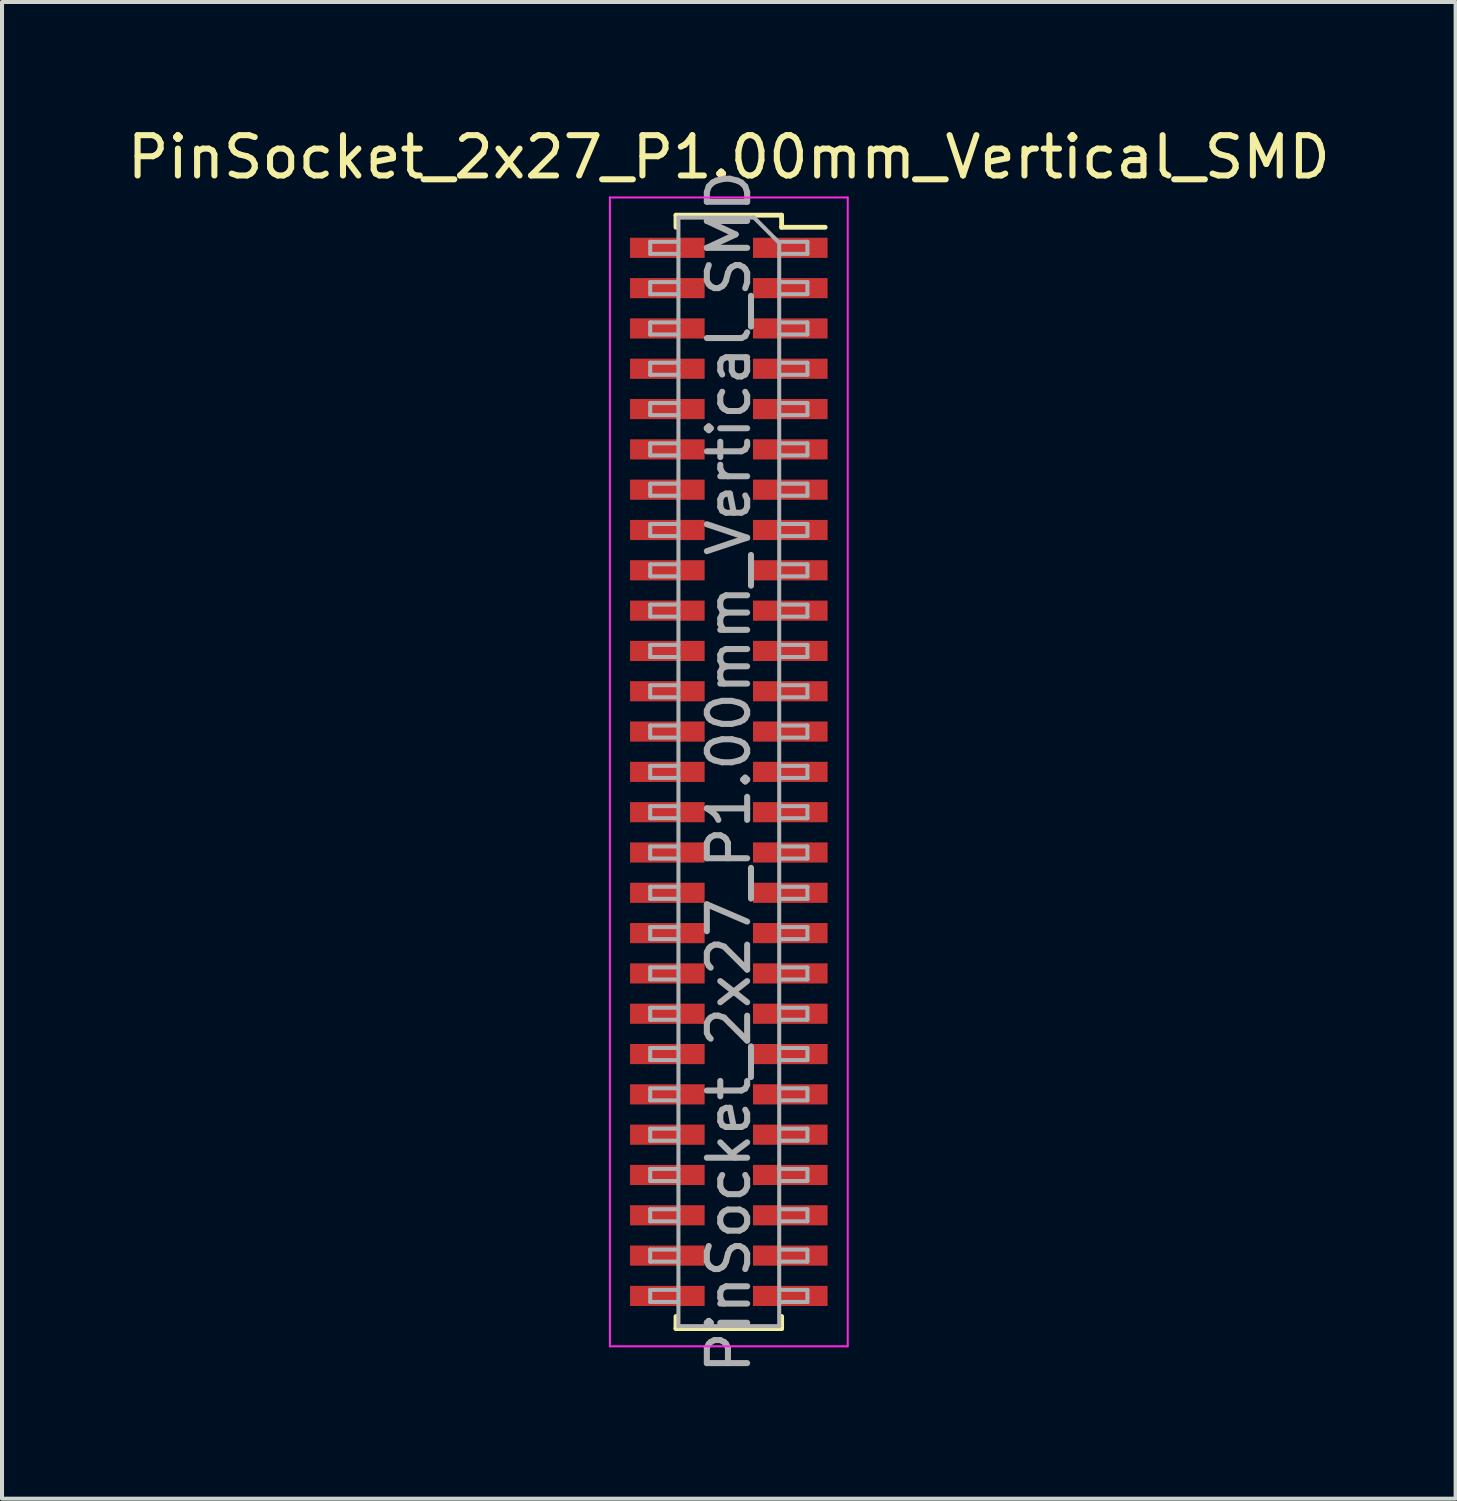
<source format=kicad_pcb>
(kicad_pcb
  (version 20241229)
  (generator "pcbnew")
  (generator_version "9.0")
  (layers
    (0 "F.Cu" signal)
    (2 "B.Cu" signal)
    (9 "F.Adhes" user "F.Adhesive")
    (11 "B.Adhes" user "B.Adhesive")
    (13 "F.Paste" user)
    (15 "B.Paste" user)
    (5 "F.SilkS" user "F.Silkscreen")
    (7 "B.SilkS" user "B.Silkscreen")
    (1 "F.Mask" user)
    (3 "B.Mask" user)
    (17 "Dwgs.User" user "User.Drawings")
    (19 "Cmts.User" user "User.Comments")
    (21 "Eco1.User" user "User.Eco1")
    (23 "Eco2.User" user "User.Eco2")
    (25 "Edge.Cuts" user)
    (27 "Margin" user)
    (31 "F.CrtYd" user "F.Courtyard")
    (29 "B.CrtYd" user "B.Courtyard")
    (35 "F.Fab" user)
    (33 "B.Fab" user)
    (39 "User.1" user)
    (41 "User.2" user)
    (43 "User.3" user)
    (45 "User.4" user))
  (footprint "PinSocket_2x27_P1.00mm_Vertical_SMD"
    (layer "F.Cu")
    (at 15.03 16.098)
    (property "Reference" "PinSocket_2x27_P1.00mm_Vertical_SMD" (at 0 -15.25 0) (layer "F.SilkS") (effects (font (size 1 1) (thickness 0.15))))
    (attr smd)
    (fp_line (start -1.31 -13.81) (end -1.31 -13.51) (stroke (width 0.12) (type solid)) (layer "F.SilkS"))
    (fp_line (start -1.31 -13.81) (end 1.31 -13.81) (stroke (width 0.12) (type solid)) (layer "F.SilkS"))
    (fp_line (start -1.31 13.51) (end -1.31 13.81) (stroke (width 0.12) (type solid)) (layer "F.SilkS"))
    (fp_line (start -1.31 13.81) (end 1.31 13.81) (stroke (width 0.12) (type solid)) (layer "F.SilkS"))
    (fp_line (start 1.31 -13.81) (end 1.31 -13.51) (stroke (width 0.12) (type solid)) (layer "F.SilkS"))
    (fp_line (start 1.31 -13.51) (end 2.39 -13.51) (stroke (width 0.12) (type solid)) (layer "F.SilkS"))
    (fp_line (start 1.31 13.51) (end 1.31 13.81) (stroke (width 0.12) (type solid)) (layer "F.SilkS"))
    (fp_line (start -2.95 -14.25) (end 2.95 -14.25) (stroke (width 0.05) (type solid)) (layer "F.CrtYd"))
    (fp_line (start -2.95 14.25) (end -2.95 -14.25) (stroke (width 0.05) (type solid)) (layer "F.CrtYd"))
    (fp_line (start 2.95 -14.25) (end 2.95 14.25) (stroke (width 0.05) (type solid)) (layer "F.CrtYd"))
    (fp_line (start 2.95 14.25) (end -2.95 14.25) (stroke (width 0.05) (type solid)) (layer "F.CrtYd"))
    (fp_line (start -1.95 -13.15) (end -1.25 -13.15) (stroke (width 0.1) (type solid)) (layer "F.Fab"))
    (fp_line (start -1.95 -12.85) (end -1.95 -13.15) (stroke (width 0.1) (type solid)) (layer "F.Fab"))
    (fp_line (start -1.95 -12.15) (end -1.25 -12.15) (stroke (width 0.1) (type solid)) (layer "F.Fab"))
    (fp_line (start -1.95 -11.85) (end -1.95 -12.15) (stroke (width 0.1) (type solid)) (layer "F.Fab"))
    (fp_line (start -1.95 -11.15) (end -1.25 -11.15) (stroke (width 0.1) (type solid)) (layer "F.Fab"))
    (fp_line (start -1.95 -10.85) (end -1.95 -11.15) (stroke (width 0.1) (type solid)) (layer "F.Fab"))
    (fp_line (start -1.95 -10.15) (end -1.25 -10.15) (stroke (width 0.1) (type solid)) (layer "F.Fab"))
    (fp_line (start -1.95 -9.85) (end -1.95 -10.15) (stroke (width 0.1) (type solid)) (layer "F.Fab"))
    (fp_line (start -1.95 -9.15) (end -1.25 -9.15) (stroke (width 0.1) (type solid)) (layer "F.Fab"))
    (fp_line (start -1.95 -8.85) (end -1.95 -9.15) (stroke (width 0.1) (type solid)) (layer "F.Fab"))
    (fp_line (start -1.95 -8.15) (end -1.25 -8.15) (stroke (width 0.1) (type solid)) (layer "F.Fab"))
    (fp_line (start -1.95 -7.85) (end -1.95 -8.15) (stroke (width 0.1) (type solid)) (layer "F.Fab"))
    (fp_line (start -1.95 -7.15) (end -1.25 -7.15) (stroke (width 0.1) (type solid)) (layer "F.Fab"))
    (fp_line (start -1.95 -6.85) (end -1.95 -7.15) (stroke (width 0.1) (type solid)) (layer "F.Fab"))
    (fp_line (start -1.95 -6.15) (end -1.25 -6.15) (stroke (width 0.1) (type solid)) (layer "F.Fab"))
    (fp_line (start -1.95 -5.85) (end -1.95 -6.15) (stroke (width 0.1) (type solid)) (layer "F.Fab"))
    (fp_line (start -1.95 -5.15) (end -1.25 -5.15) (stroke (width 0.1) (type solid)) (layer "F.Fab"))
    (fp_line (start -1.95 -4.85) (end -1.95 -5.15) (stroke (width 0.1) (type solid)) (layer "F.Fab"))
    (fp_line (start -1.95 -4.15) (end -1.25 -4.15) (stroke (width 0.1) (type solid)) (layer "F.Fab"))
    (fp_line (start -1.95 -3.85) (end -1.95 -4.15) (stroke (width 0.1) (type solid)) (layer "F.Fab"))
    (fp_line (start -1.95 -3.15) (end -1.25 -3.15) (stroke (width 0.1) (type solid)) (layer "F.Fab"))
    (fp_line (start -1.95 -2.85) (end -1.95 -3.15) (stroke (width 0.1) (type solid)) (layer "F.Fab"))
    (fp_line (start -1.95 -2.15) (end -1.25 -2.15) (stroke (width 0.1) (type solid)) (layer "F.Fab"))
    (fp_line (start -1.95 -1.85) (end -1.95 -2.15) (stroke (width 0.1) (type solid)) (layer "F.Fab"))
    (fp_line (start -1.95 -1.15) (end -1.25 -1.15) (stroke (width 0.1) (type solid)) (layer "F.Fab"))
    (fp_line (start -1.95 -0.85) (end -1.95 -1.15) (stroke (width 0.1) (type solid)) (layer "F.Fab"))
    (fp_line (start -1.95 -0.15) (end -1.25 -0.15) (stroke (width 0.1) (type solid)) (layer "F.Fab"))
    (fp_line (start -1.95 0.15) (end -1.95 -0.15) (stroke (width 0.1) (type solid)) (layer "F.Fab"))
    (fp_line (start -1.95 0.85) (end -1.25 0.85) (stroke (width 0.1) (type solid)) (layer "F.Fab"))
    (fp_line (start -1.95 1.15) (end -1.95 0.85) (stroke (width 0.1) (type solid)) (layer "F.Fab"))
    (fp_line (start -1.95 1.85) (end -1.25 1.85) (stroke (width 0.1) (type solid)) (layer "F.Fab"))
    (fp_line (start -1.95 2.15) (end -1.95 1.85) (stroke (width 0.1) (type solid)) (layer "F.Fab"))
    (fp_line (start -1.95 2.85) (end -1.25 2.85) (stroke (width 0.1) (type solid)) (layer "F.Fab"))
    (fp_line (start -1.95 3.15) (end -1.95 2.85) (stroke (width 0.1) (type solid)) (layer "F.Fab"))
    (fp_line (start -1.95 3.85) (end -1.25 3.85) (stroke (width 0.1) (type solid)) (layer "F.Fab"))
    (fp_line (start -1.95 4.15) (end -1.95 3.85) (stroke (width 0.1) (type solid)) (layer "F.Fab"))
    (fp_line (start -1.95 4.85) (end -1.25 4.85) (stroke (width 0.1) (type solid)) (layer "F.Fab"))
    (fp_line (start -1.95 5.15) (end -1.95 4.85) (stroke (width 0.1) (type solid)) (layer "F.Fab"))
    (fp_line (start -1.95 5.85) (end -1.25 5.85) (stroke (width 0.1) (type solid)) (layer "F.Fab"))
    (fp_line (start -1.95 6.15) (end -1.95 5.85) (stroke (width 0.1) (type solid)) (layer "F.Fab"))
    (fp_line (start -1.95 6.85) (end -1.25 6.85) (stroke (width 0.1) (type solid)) (layer "F.Fab"))
    (fp_line (start -1.95 7.15) (end -1.95 6.85) (stroke (width 0.1) (type solid)) (layer "F.Fab"))
    (fp_line (start -1.95 7.85) (end -1.25 7.85) (stroke (width 0.1) (type solid)) (layer "F.Fab"))
    (fp_line (start -1.95 8.15) (end -1.95 7.85) (stroke (width 0.1) (type solid)) (layer "F.Fab"))
    (fp_line (start -1.95 8.85) (end -1.25 8.85) (stroke (width 0.1) (type solid)) (layer "F.Fab"))
    (fp_line (start -1.95 9.15) (end -1.95 8.85) (stroke (width 0.1) (type solid)) (layer "F.Fab"))
    (fp_line (start -1.95 9.85) (end -1.25 9.85) (stroke (width 0.1) (type solid)) (layer "F.Fab"))
    (fp_line (start -1.95 10.15) (end -1.95 9.85) (stroke (width 0.1) (type solid)) (layer "F.Fab"))
    (fp_line (start -1.95 10.85) (end -1.25 10.85) (stroke (width 0.1) (type solid)) (layer "F.Fab"))
    (fp_line (start -1.95 11.15) (end -1.95 10.85) (stroke (width 0.1) (type solid)) (layer "F.Fab"))
    (fp_line (start -1.95 11.85) (end -1.25 11.85) (stroke (width 0.1) (type solid)) (layer "F.Fab"))
    (fp_line (start -1.95 12.15) (end -1.95 11.85) (stroke (width 0.1) (type solid)) (layer "F.Fab"))
    (fp_line (start -1.95 12.85) (end -1.25 12.85) (stroke (width 0.1) (type solid)) (layer "F.Fab"))
    (fp_line (start -1.95 13.15) (end -1.95 12.85) (stroke (width 0.1) (type solid)) (layer "F.Fab"))
    (fp_line (start -1.25 -13.75) (end 0.625 -13.75) (stroke (width 0.1) (type solid)) (layer "F.Fab"))
    (fp_line (start -1.25 -12.85) (end -1.95 -12.85) (stroke (width 0.1) (type solid)) (layer "F.Fab"))
    (fp_line (start -1.25 -11.85) (end -1.95 -11.85) (stroke (width 0.1) (type solid)) (layer "F.Fab"))
    (fp_line (start -1.25 -10.85) (end -1.95 -10.85) (stroke (width 0.1) (type solid)) (layer "F.Fab"))
    (fp_line (start -1.25 -9.85) (end -1.95 -9.85) (stroke (width 0.1) (type solid)) (layer "F.Fab"))
    (fp_line (start -1.25 -8.85) (end -1.95 -8.85) (stroke (width 0.1) (type solid)) (layer "F.Fab"))
    (fp_line (start -1.25 -7.85) (end -1.95 -7.85) (stroke (width 0.1) (type solid)) (layer "F.Fab"))
    (fp_line (start -1.25 -6.85) (end -1.95 -6.85) (stroke (width 0.1) (type solid)) (layer "F.Fab"))
    (fp_line (start -1.25 -5.85) (end -1.95 -5.85) (stroke (width 0.1) (type solid)) (layer "F.Fab"))
    (fp_line (start -1.25 -4.85) (end -1.95 -4.85) (stroke (width 0.1) (type solid)) (layer "F.Fab"))
    (fp_line (start -1.25 -3.85) (end -1.95 -3.85) (stroke (width 0.1) (type solid)) (layer "F.Fab"))
    (fp_line (start -1.25 -2.85) (end -1.95 -2.85) (stroke (width 0.1) (type solid)) (layer "F.Fab"))
    (fp_line (start -1.25 -1.85) (end -1.95 -1.85) (stroke (width 0.1) (type solid)) (layer "F.Fab"))
    (fp_line (start -1.25 -0.85) (end -1.95 -0.85) (stroke (width 0.1) (type solid)) (layer "F.Fab"))
    (fp_line (start -1.25 0.15) (end -1.95 0.15) (stroke (width 0.1) (type solid)) (layer "F.Fab"))
    (fp_line (start -1.25 1.15) (end -1.95 1.15) (stroke (width 0.1) (type solid)) (layer "F.Fab"))
    (fp_line (start -1.25 2.15) (end -1.95 2.15) (stroke (width 0.1) (type solid)) (layer "F.Fab"))
    (fp_line (start -1.25 3.15) (end -1.95 3.15) (stroke (width 0.1) (type solid)) (layer "F.Fab"))
    (fp_line (start -1.25 4.15) (end -1.95 4.15) (stroke (width 0.1) (type solid)) (layer "F.Fab"))
    (fp_line (start -1.25 5.15) (end -1.95 5.15) (stroke (width 0.1) (type solid)) (layer "F.Fab"))
    (fp_line (start -1.25 6.15) (end -1.95 6.15) (stroke (width 0.1) (type solid)) (layer "F.Fab"))
    (fp_line (start -1.25 7.15) (end -1.95 7.15) (stroke (width 0.1) (type solid)) (layer "F.Fab"))
    (fp_line (start -1.25 8.15) (end -1.95 8.15) (stroke (width 0.1) (type solid)) (layer "F.Fab"))
    (fp_line (start -1.25 9.15) (end -1.95 9.15) (stroke (width 0.1) (type solid)) (layer "F.Fab"))
    (fp_line (start -1.25 10.15) (end -1.95 10.15) (stroke (width 0.1) (type solid)) (layer "F.Fab"))
    (fp_line (start -1.25 11.15) (end -1.95 11.15) (stroke (width 0.1) (type solid)) (layer "F.Fab"))
    (fp_line (start -1.25 12.15) (end -1.95 12.15) (stroke (width 0.1) (type solid)) (layer "F.Fab"))
    (fp_line (start -1.25 13.15) (end -1.95 13.15) (stroke (width 0.1) (type solid)) (layer "F.Fab"))
    (fp_line (start -1.25 13.75) (end -1.25 -13.75) (stroke (width 0.1) (type solid)) (layer "F.Fab"))
    (fp_line (start 0.625 -13.75) (end 1.25 -13.125) (stroke (width 0.1) (type solid)) (layer "F.Fab"))
    (fp_line (start 1.25 -13.15) (end 1.95 -13.15) (stroke (width 0.1) (type solid)) (layer "F.Fab"))
    (fp_line (start 1.25 -13.125) (end 1.25 13.75) (stroke (width 0.1) (type solid)) (layer "F.Fab"))
    (fp_line (start 1.25 -12.15) (end 1.95 -12.15) (stroke (width 0.1) (type solid)) (layer "F.Fab"))
    (fp_line (start 1.25 -11.15) (end 1.95 -11.15) (stroke (width 0.1) (type solid)) (layer "F.Fab"))
    (fp_line (start 1.25 -10.15) (end 1.95 -10.15) (stroke (width 0.1) (type solid)) (layer "F.Fab"))
    (fp_line (start 1.25 -9.15) (end 1.95 -9.15) (stroke (width 0.1) (type solid)) (layer "F.Fab"))
    (fp_line (start 1.25 -8.15) (end 1.95 -8.15) (stroke (width 0.1) (type solid)) (layer "F.Fab"))
    (fp_line (start 1.25 -7.15) (end 1.95 -7.15) (stroke (width 0.1) (type solid)) (layer "F.Fab"))
    (fp_line (start 1.25 -6.15) (end 1.95 -6.15) (stroke (width 0.1) (type solid)) (layer "F.Fab"))
    (fp_line (start 1.25 -5.15) (end 1.95 -5.15) (stroke (width 0.1) (type solid)) (layer "F.Fab"))
    (fp_line (start 1.25 -4.15) (end 1.95 -4.15) (stroke (width 0.1) (type solid)) (layer "F.Fab"))
    (fp_line (start 1.25 -3.15) (end 1.95 -3.15) (stroke (width 0.1) (type solid)) (layer "F.Fab"))
    (fp_line (start 1.25 -2.15) (end 1.95 -2.15) (stroke (width 0.1) (type solid)) (layer "F.Fab"))
    (fp_line (start 1.25 -1.15) (end 1.95 -1.15) (stroke (width 0.1) (type solid)) (layer "F.Fab"))
    (fp_line (start 1.25 -0.15) (end 1.95 -0.15) (stroke (width 0.1) (type solid)) (layer "F.Fab"))
    (fp_line (start 1.25 0.85) (end 1.95 0.85) (stroke (width 0.1) (type solid)) (layer "F.Fab"))
    (fp_line (start 1.25 1.85) (end 1.95 1.85) (stroke (width 0.1) (type solid)) (layer "F.Fab"))
    (fp_line (start 1.25 2.85) (end 1.95 2.85) (stroke (width 0.1) (type solid)) (layer "F.Fab"))
    (fp_line (start 1.25 3.85) (end 1.95 3.85) (stroke (width 0.1) (type solid)) (layer "F.Fab"))
    (fp_line (start 1.25 4.85) (end 1.95 4.85) (stroke (width 0.1) (type solid)) (layer "F.Fab"))
    (fp_line (start 1.25 5.85) (end 1.95 5.85) (stroke (width 0.1) (type solid)) (layer "F.Fab"))
    (fp_line (start 1.25 6.85) (end 1.95 6.85) (stroke (width 0.1) (type solid)) (layer "F.Fab"))
    (fp_line (start 1.25 7.85) (end 1.95 7.85) (stroke (width 0.1) (type solid)) (layer "F.Fab"))
    (fp_line (start 1.25 8.85) (end 1.95 8.85) (stroke (width 0.1) (type solid)) (layer "F.Fab"))
    (fp_line (start 1.25 9.85) (end 1.95 9.85) (stroke (width 0.1) (type solid)) (layer "F.Fab"))
    (fp_line (start 1.25 10.85) (end 1.95 10.85) (stroke (width 0.1) (type solid)) (layer "F.Fab"))
    (fp_line (start 1.25 11.85) (end 1.95 11.85) (stroke (width 0.1) (type solid)) (layer "F.Fab"))
    (fp_line (start 1.25 12.85) (end 1.95 12.85) (stroke (width 0.1) (type solid)) (layer "F.Fab"))
    (fp_line (start 1.25 13.75) (end -1.25 13.75) (stroke (width 0.1) (type solid)) (layer "F.Fab"))
    (fp_line (start 1.95 -13.15) (end 1.95 -12.85) (stroke (width 0.1) (type solid)) (layer "F.Fab"))
    (fp_line (start 1.95 -12.85) (end 1.25 -12.85) (stroke (width 0.1) (type solid)) (layer "F.Fab"))
    (fp_line (start 1.95 -12.15) (end 1.95 -11.85) (stroke (width 0.1) (type solid)) (layer "F.Fab"))
    (fp_line (start 1.95 -11.85) (end 1.25 -11.85) (stroke (width 0.1) (type solid)) (layer "F.Fab"))
    (fp_line (start 1.95 -11.15) (end 1.95 -10.85) (stroke (width 0.1) (type solid)) (layer "F.Fab"))
    (fp_line (start 1.95 -10.85) (end 1.25 -10.85) (stroke (width 0.1) (type solid)) (layer "F.Fab"))
    (fp_line (start 1.95 -10.15) (end 1.95 -9.85) (stroke (width 0.1) (type solid)) (layer "F.Fab"))
    (fp_line (start 1.95 -9.85) (end 1.25 -9.85) (stroke (width 0.1) (type solid)) (layer "F.Fab"))
    (fp_line (start 1.95 -9.15) (end 1.95 -8.85) (stroke (width 0.1) (type solid)) (layer "F.Fab"))
    (fp_line (start 1.95 -8.85) (end 1.25 -8.85) (stroke (width 0.1) (type solid)) (layer "F.Fab"))
    (fp_line (start 1.95 -8.15) (end 1.95 -7.85) (stroke (width 0.1) (type solid)) (layer "F.Fab"))
    (fp_line (start 1.95 -7.85) (end 1.25 -7.85) (stroke (width 0.1) (type solid)) (layer "F.Fab"))
    (fp_line (start 1.95 -7.15) (end 1.95 -6.85) (stroke (width 0.1) (type solid)) (layer "F.Fab"))
    (fp_line (start 1.95 -6.85) (end 1.25 -6.85) (stroke (width 0.1) (type solid)) (layer "F.Fab"))
    (fp_line (start 1.95 -6.15) (end 1.95 -5.85) (stroke (width 0.1) (type solid)) (layer "F.Fab"))
    (fp_line (start 1.95 -5.85) (end 1.25 -5.85) (stroke (width 0.1) (type solid)) (layer "F.Fab"))
    (fp_line (start 1.95 -5.15) (end 1.95 -4.85) (stroke (width 0.1) (type solid)) (layer "F.Fab"))
    (fp_line (start 1.95 -4.85) (end 1.25 -4.85) (stroke (width 0.1) (type solid)) (layer "F.Fab"))
    (fp_line (start 1.95 -4.15) (end 1.95 -3.85) (stroke (width 0.1) (type solid)) (layer "F.Fab"))
    (fp_line (start 1.95 -3.85) (end 1.25 -3.85) (stroke (width 0.1) (type solid)) (layer "F.Fab"))
    (fp_line (start 1.95 -3.15) (end 1.95 -2.85) (stroke (width 0.1) (type solid)) (layer "F.Fab"))
    (fp_line (start 1.95 -2.85) (end 1.25 -2.85) (stroke (width 0.1) (type solid)) (layer "F.Fab"))
    (fp_line (start 1.95 -2.15) (end 1.95 -1.85) (stroke (width 0.1) (type solid)) (layer "F.Fab"))
    (fp_line (start 1.95 -1.85) (end 1.25 -1.85) (stroke (width 0.1) (type solid)) (layer "F.Fab"))
    (fp_line (start 1.95 -1.15) (end 1.95 -0.85) (stroke (width 0.1) (type solid)) (layer "F.Fab"))
    (fp_line (start 1.95 -0.85) (end 1.25 -0.85) (stroke (width 0.1) (type solid)) (layer "F.Fab"))
    (fp_line (start 1.95 -0.15) (end 1.95 0.15) (stroke (width 0.1) (type solid)) (layer "F.Fab"))
    (fp_line (start 1.95 0.15) (end 1.25 0.15) (stroke (width 0.1) (type solid)) (layer "F.Fab"))
    (fp_line (start 1.95 0.85) (end 1.95 1.15) (stroke (width 0.1) (type solid)) (layer "F.Fab"))
    (fp_line (start 1.95 1.15) (end 1.25 1.15) (stroke (width 0.1) (type solid)) (layer "F.Fab"))
    (fp_line (start 1.95 1.85) (end 1.95 2.15) (stroke (width 0.1) (type solid)) (layer "F.Fab"))
    (fp_line (start 1.95 2.15) (end 1.25 2.15) (stroke (width 0.1) (type solid)) (layer "F.Fab"))
    (fp_line (start 1.95 2.85) (end 1.95 3.15) (stroke (width 0.1) (type solid)) (layer "F.Fab"))
    (fp_line (start 1.95 3.15) (end 1.25 3.15) (stroke (width 0.1) (type solid)) (layer "F.Fab"))
    (fp_line (start 1.95 3.85) (end 1.95 4.15) (stroke (width 0.1) (type solid)) (layer "F.Fab"))
    (fp_line (start 1.95 4.15) (end 1.25 4.15) (stroke (width 0.1) (type solid)) (layer "F.Fab"))
    (fp_line (start 1.95 4.85) (end 1.95 5.15) (stroke (width 0.1) (type solid)) (layer "F.Fab"))
    (fp_line (start 1.95 5.15) (end 1.25 5.15) (stroke (width 0.1) (type solid)) (layer "F.Fab"))
    (fp_line (start 1.95 5.85) (end 1.95 6.15) (stroke (width 0.1) (type solid)) (layer "F.Fab"))
    (fp_line (start 1.95 6.15) (end 1.25 6.15) (stroke (width 0.1) (type solid)) (layer "F.Fab"))
    (fp_line (start 1.95 6.85) (end 1.95 7.15) (stroke (width 0.1) (type solid)) (layer "F.Fab"))
    (fp_line (start 1.95 7.15) (end 1.25 7.15) (stroke (width 0.1) (type solid)) (layer "F.Fab"))
    (fp_line (start 1.95 7.85) (end 1.95 8.15) (stroke (width 0.1) (type solid)) (layer "F.Fab"))
    (fp_line (start 1.95 8.15) (end 1.25 8.15) (stroke (width 0.1) (type solid)) (layer "F.Fab"))
    (fp_line (start 1.95 8.85) (end 1.95 9.15) (stroke (width 0.1) (type solid)) (layer "F.Fab"))
    (fp_line (start 1.95 9.15) (end 1.25 9.15) (stroke (width 0.1) (type solid)) (layer "F.Fab"))
    (fp_line (start 1.95 9.85) (end 1.95 10.15) (stroke (width 0.1) (type solid)) (layer "F.Fab"))
    (fp_line (start 1.95 10.15) (end 1.25 10.15) (stroke (width 0.1) (type solid)) (layer "F.Fab"))
    (fp_line (start 1.95 10.85) (end 1.95 11.15) (stroke (width 0.1) (type solid)) (layer "F.Fab"))
    (fp_line (start 1.95 11.15) (end 1.25 11.15) (stroke (width 0.1) (type solid)) (layer "F.Fab"))
    (fp_line (start 1.95 11.85) (end 1.95 12.15) (stroke (width 0.1) (type solid)) (layer "F.Fab"))
    (fp_line (start 1.95 12.15) (end 1.25 12.15) (stroke (width 0.1) (type solid)) (layer "F.Fab"))
    (fp_line (start 1.95 12.85) (end 1.95 13.15) (stroke (width 0.1) (type solid)) (layer "F.Fab"))
    (fp_line (start 1.95 13.15) (end 1.25 13.15) (stroke (width 0.1) (type solid)) (layer "F.Fab"))
    (fp_text user "${REFERENCE}" (at 0 0 90) (layer "F.Fab") (effects (font (size 1 1) (thickness 0.15))))
    (pad "1" smd rect (at 1.525 -13) (size 1.85 0.5) (layers "F.Cu" "F.Mask" "F.Paste"))
    (pad "2" smd rect (at -1.525 -13) (size 1.85 0.5) (layers "F.Cu" "F.Mask" "F.Paste"))
    (pad "3" smd rect (at 1.525 -12) (size 1.85 0.5) (layers "F.Cu" "F.Mask" "F.Paste"))
    (pad "4" smd rect (at -1.525 -12) (size 1.85 0.5) (layers "F.Cu" "F.Mask" "F.Paste"))
    (pad "5" smd rect (at 1.525 -11) (size 1.85 0.5) (layers "F.Cu" "F.Mask" "F.Paste"))
    (pad "6" smd rect (at -1.525 -11) (size 1.85 0.5) (layers "F.Cu" "F.Mask" "F.Paste"))
    (pad "7" smd rect (at 1.525 -10) (size 1.85 0.5) (layers "F.Cu" "F.Mask" "F.Paste"))
    (pad "8" smd rect (at -1.525 -10) (size 1.85 0.5) (layers "F.Cu" "F.Mask" "F.Paste"))
    (pad "9" smd rect (at 1.525 -9) (size 1.85 0.5) (layers "F.Cu" "F.Mask" "F.Paste"))
    (pad "10" smd rect (at -1.525 -9) (size 1.85 0.5) (layers "F.Cu" "F.Mask" "F.Paste"))
    (pad "11" smd rect (at 1.525 -8) (size 1.85 0.5) (layers "F.Cu" "F.Mask" "F.Paste"))
    (pad "12" smd rect (at -1.525 -8) (size 1.85 0.5) (layers "F.Cu" "F.Mask" "F.Paste"))
    (pad "13" smd rect (at 1.525 -7) (size 1.85 0.5) (layers "F.Cu" "F.Mask" "F.Paste"))
    (pad "14" smd rect (at -1.525 -7) (size 1.85 0.5) (layers "F.Cu" "F.Mask" "F.Paste"))
    (pad "15" smd rect (at 1.525 -6) (size 1.85 0.5) (layers "F.Cu" "F.Mask" "F.Paste"))
    (pad "16" smd rect (at -1.525 -6) (size 1.85 0.5) (layers "F.Cu" "F.Mask" "F.Paste"))
    (pad "17" smd rect (at 1.525 -5) (size 1.85 0.5) (layers "F.Cu" "F.Mask" "F.Paste"))
    (pad "18" smd rect (at -1.525 -5) (size 1.85 0.5) (layers "F.Cu" "F.Mask" "F.Paste"))
    (pad "19" smd rect (at 1.525 -4) (size 1.85 0.5) (layers "F.Cu" "F.Mask" "F.Paste"))
    (pad "20" smd rect (at -1.525 -4) (size 1.85 0.5) (layers "F.Cu" "F.Mask" "F.Paste"))
    (pad "21" smd rect (at 1.525 -3) (size 1.85 0.5) (layers "F.Cu" "F.Mask" "F.Paste"))
    (pad "22" smd rect (at -1.525 -3) (size 1.85 0.5) (layers "F.Cu" "F.Mask" "F.Paste"))
    (pad "23" smd rect (at 1.525 -2) (size 1.85 0.5) (layers "F.Cu" "F.Mask" "F.Paste"))
    (pad "24" smd rect (at -1.525 -2) (size 1.85 0.5) (layers "F.Cu" "F.Mask" "F.Paste"))
    (pad "25" smd rect (at 1.525 -1) (size 1.85 0.5) (layers "F.Cu" "F.Mask" "F.Paste"))
    (pad "26" smd rect (at -1.525 -1) (size 1.85 0.5) (layers "F.Cu" "F.Mask" "F.Paste"))
    (pad "27" smd rect (at 1.525 0) (size 1.85 0.5) (layers "F.Cu" "F.Mask" "F.Paste"))
    (pad "28" smd rect (at -1.525 0) (size 1.85 0.5) (layers "F.Cu" "F.Mask" "F.Paste"))
    (pad "29" smd rect (at 1.525 1) (size 1.85 0.5) (layers "F.Cu" "F.Mask" "F.Paste"))
    (pad "30" smd rect (at -1.525 1) (size 1.85 0.5) (layers "F.Cu" "F.Mask" "F.Paste"))
    (pad "31" smd rect (at 1.525 2) (size 1.85 0.5) (layers "F.Cu" "F.Mask" "F.Paste"))
    (pad "32" smd rect (at -1.525 2) (size 1.85 0.5) (layers "F.Cu" "F.Mask" "F.Paste"))
    (pad "33" smd rect (at 1.525 3) (size 1.85 0.5) (layers "F.Cu" "F.Mask" "F.Paste"))
    (pad "34" smd rect (at -1.525 3) (size 1.85 0.5) (layers "F.Cu" "F.Mask" "F.Paste"))
    (pad "35" smd rect (at 1.525 4) (size 1.85 0.5) (layers "F.Cu" "F.Mask" "F.Paste"))
    (pad "36" smd rect (at -1.525 4) (size 1.85 0.5) (layers "F.Cu" "F.Mask" "F.Paste"))
    (pad "37" smd rect (at 1.525 5) (size 1.85 0.5) (layers "F.Cu" "F.Mask" "F.Paste"))
    (pad "38" smd rect (at -1.525 5) (size 1.85 0.5) (layers "F.Cu" "F.Mask" "F.Paste"))
    (pad "39" smd rect (at 1.525 6) (size 1.85 0.5) (layers "F.Cu" "F.Mask" "F.Paste"))
    (pad "40" smd rect (at -1.525 6) (size 1.85 0.5) (layers "F.Cu" "F.Mask" "F.Paste"))
    (pad "41" smd rect (at 1.525 7) (size 1.85 0.5) (layers "F.Cu" "F.Mask" "F.Paste"))
    (pad "42" smd rect (at -1.525 7) (size 1.85 0.5) (layers "F.Cu" "F.Mask" "F.Paste"))
    (pad "43" smd rect (at 1.525 8) (size 1.85 0.5) (layers "F.Cu" "F.Mask" "F.Paste"))
    (pad "44" smd rect (at -1.525 8) (size 1.85 0.5) (layers "F.Cu" "F.Mask" "F.Paste"))
    (pad "45" smd rect (at 1.525 9) (size 1.85 0.5) (layers "F.Cu" "F.Mask" "F.Paste"))
    (pad "46" smd rect (at -1.525 9) (size 1.85 0.5) (layers "F.Cu" "F.Mask" "F.Paste"))
    (pad "47" smd rect (at 1.525 10) (size 1.85 0.5) (layers "F.Cu" "F.Mask" "F.Paste"))
    (pad "48" smd rect (at -1.525 10) (size 1.85 0.5) (layers "F.Cu" "F.Mask" "F.Paste"))
    (pad "49" smd rect (at 1.525 11) (size 1.85 0.5) (layers "F.Cu" "F.Mask" "F.Paste"))
    (pad "50" smd rect (at -1.525 11) (size 1.85 0.5) (layers "F.Cu" "F.Mask" "F.Paste"))
    (pad "51" smd rect (at 1.525 12) (size 1.85 0.5) (layers "F.Cu" "F.Mask" "F.Paste"))
    (pad "52" smd rect (at -1.525 12) (size 1.85 0.5) (layers "F.Cu" "F.Mask" "F.Paste"))
    (pad "53" smd rect (at 1.525 13) (size 1.85 0.5) (layers "F.Cu" "F.Mask" "F.Paste"))
    (pad "54" smd rect (at -1.525 13) (size 1.85 0.5) (layers "F.Cu" "F.Mask" "F.Paste")))
  (gr_rect
    (start -3 -3)
    (end 33.06 34.128)
    (stroke (width 0.1) (type default))
    (fill no)
    (layer "Edge.Cuts")))
</source>
